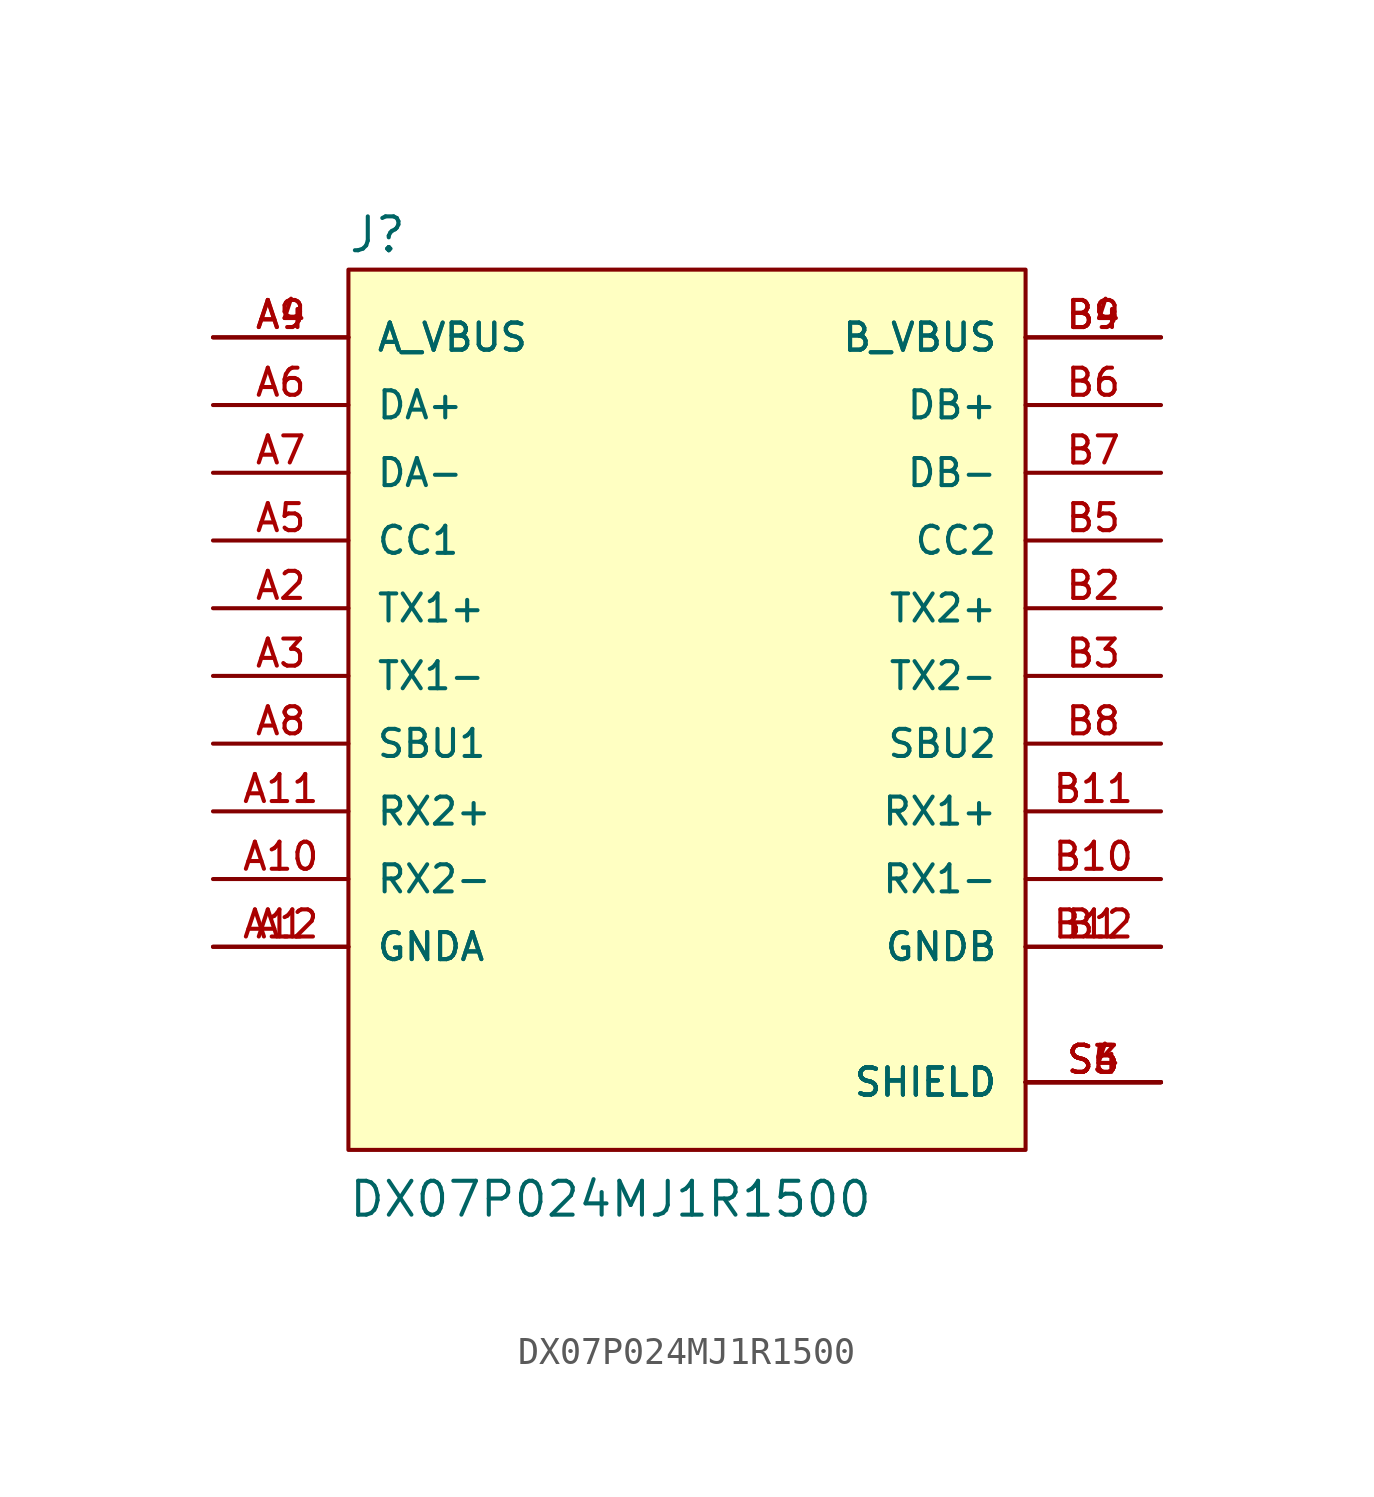
<source format=kicad_sym>
(kicad_symbol_lib
  (version 20211014)
  (generator kicad_symbol_editor)
  (symbol "DX07P024MJ1R1500"
    (pin_names
      (offset 1.016))
    (property "Reference" "J"
      (at -12.739 18.344 0)
      (effects (font (size 1.27 1.27)) (justify bottom left)))
    (property "Value" "DX07P024MJ1R1500"
      (at -12.736 -17.831 0)
      (effects (font (size 1.27 1.27)) (justify bottom left)))
    (symbol "DX07P024MJ1R1500_0_0"
      (rectangle (start -12.7 -15.24) (end 12.7 17.78) (stroke (width 0.152)) (fill (type background)))
      (pin power_in line (at -17.78 -7.62 0) (length 5.08) (name "GNDA" (effects (font (size 1.016 1.016)))) (number "A1" (effects (font (size 1.016 1.016)))))
      (pin power_in line (at -17.78 -7.62 0) (length 5.08) (name "GNDA" (effects (font (size 1.016 1.016)))) (number "A12" (effects (font (size 1.016 1.016)))))
      (pin passive line (at -17.78 5.08 0) (length 5.08) (name "TX1+" (effects (font (size 1.016 1.016)))) (number "A2" (effects (font (size 1.016 1.016)))))
      (pin passive line (at -17.78 2.54 0) (length 5.08) (name "TX1-" (effects (font (size 1.016 1.016)))) (number "A3" (effects (font (size 1.016 1.016)))))
      (pin power_in line (at -17.78 15.24 0) (length 5.08) (name "A_VBUS" (effects (font (size 1.016 1.016)))) (number "A4" (effects (font (size 1.016 1.016)))))
      (pin power_in line (at -17.78 15.24 0) (length 5.08) (name "A_VBUS" (effects (font (size 1.016 1.016)))) (number "A9" (effects (font (size 1.016 1.016)))))
      (pin passive line (at -17.78 7.62 0) (length 5.08) (name "CC1" (effects (font (size 1.016 1.016)))) (number "A5" (effects (font (size 1.016 1.016)))))
      (pin passive line (at -17.78 12.7 0) (length 5.08) (name "DA+" (effects (font (size 1.016 1.016)))) (number "A6" (effects (font (size 1.016 1.016)))))
      (pin passive line (at -17.78 10.16 0) (length 5.08) (name "DA-" (effects (font (size 1.016 1.016)))) (number "A7" (effects (font (size 1.016 1.016)))))
      (pin passive line (at -17.78 0.0 0) (length 5.08) (name "SBU1" (effects (font (size 1.016 1.016)))) (number "A8" (effects (font (size 1.016 1.016)))))
      (pin passive line (at -17.78 -5.08 0) (length 5.08) (name "RX2-" (effects (font (size 1.016 1.016)))) (number "A10" (effects (font (size 1.016 1.016)))))
      (pin passive line (at -17.78 -2.54 0) (length 5.08) (name "RX2+" (effects (font (size 1.016 1.016)))) (number "A11" (effects (font (size 1.016 1.016)))))
      (pin power_in line (at 17.78 -7.62 180.0) (length 5.08) (name "GNDB" (effects (font (size 1.016 1.016)))) (number "B1" (effects (font (size 1.016 1.016)))))
      (pin power_in line (at 17.78 -7.62 180.0) (length 5.08) (name "GNDB" (effects (font (size 1.016 1.016)))) (number "B12" (effects (font (size 1.016 1.016)))))
      (pin passive line (at 17.78 -2.54 180.0) (length 5.08) (name "RX1+" (effects (font (size 1.016 1.016)))) (number "B11" (effects (font (size 1.016 1.016)))))
      (pin passive line (at 17.78 -5.08 180.0) (length 5.08) (name "RX1-" (effects (font (size 1.016 1.016)))) (number "B10" (effects (font (size 1.016 1.016)))))
      (pin power_in line (at 17.78 15.24 180.0) (length 5.08) (name "B_VBUS" (effects (font (size 1.016 1.016)))) (number "B4" (effects (font (size 1.016 1.016)))))
      (pin power_in line (at 17.78 15.24 180.0) (length 5.08) (name "B_VBUS" (effects (font (size 1.016 1.016)))) (number "B9" (effects (font (size 1.016 1.016)))))
      (pin passive line (at 17.78 0.0 180.0) (length 5.08) (name "SBU2" (effects (font (size 1.016 1.016)))) (number "B8" (effects (font (size 1.016 1.016)))))
      (pin passive line (at 17.78 10.16 180.0) (length 5.08) (name "DB-" (effects (font (size 1.016 1.016)))) (number "B7" (effects (font (size 1.016 1.016)))))
      (pin passive line (at 17.78 12.7 180.0) (length 5.08) (name "DB+" (effects (font (size 1.016 1.016)))) (number "B6" (effects (font (size 1.016 1.016)))))
      (pin passive line (at 17.78 7.62 180.0) (length 5.08) (name "CC2" (effects (font (size 1.016 1.016)))) (number "B5" (effects (font (size 1.016 1.016)))))
      (pin passive line (at 17.78 2.54 180.0) (length 5.08) (name "TX2-" (effects (font (size 1.016 1.016)))) (number "B3" (effects (font (size 1.016 1.016)))))
      (pin passive line (at 17.78 5.08 180.0) (length 5.08) (name "TX2+" (effects (font (size 1.016 1.016)))) (number "B2" (effects (font (size 1.016 1.016)))))
      (pin power_in line (at 17.78 -12.7 180.0) (length 5.08) (name "SHIELD" (effects (font (size 1.016 1.016)))) (number "S3" (effects (font (size 1.016 1.016)))))
      (pin power_in line (at 17.78 -12.7 180.0) (length 5.08) (name "SHIELD" (effects (font (size 1.016 1.016)))) (number "S4" (effects (font (size 1.016 1.016)))))
      (pin power_in line (at 17.78 -12.7 180.0) (length 5.08) (name "SHIELD" (effects (font (size 1.016 1.016)))) (number "S5" (effects (font (size 1.016 1.016)))))
      (pin power_in line (at 17.78 -12.7 180.0) (length 5.08) (name "SHIELD" (effects (font (size 1.016 1.016)))) (number "S6" (effects (font (size 1.016 1.016))))))))
</source>
